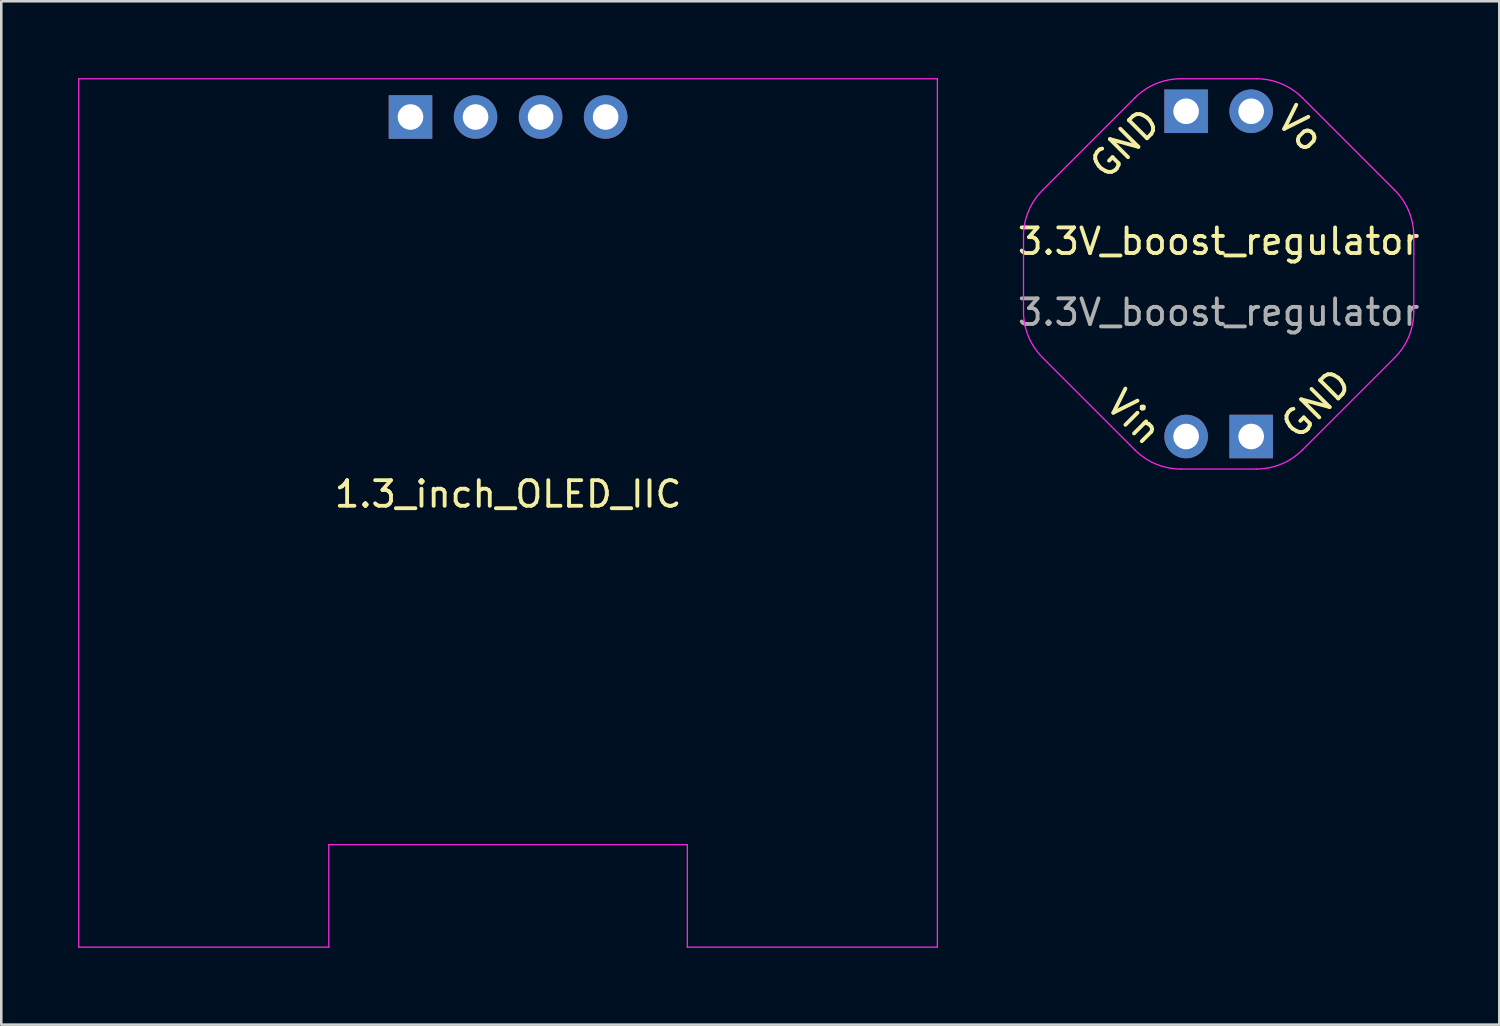
<source format=kicad_pcb>
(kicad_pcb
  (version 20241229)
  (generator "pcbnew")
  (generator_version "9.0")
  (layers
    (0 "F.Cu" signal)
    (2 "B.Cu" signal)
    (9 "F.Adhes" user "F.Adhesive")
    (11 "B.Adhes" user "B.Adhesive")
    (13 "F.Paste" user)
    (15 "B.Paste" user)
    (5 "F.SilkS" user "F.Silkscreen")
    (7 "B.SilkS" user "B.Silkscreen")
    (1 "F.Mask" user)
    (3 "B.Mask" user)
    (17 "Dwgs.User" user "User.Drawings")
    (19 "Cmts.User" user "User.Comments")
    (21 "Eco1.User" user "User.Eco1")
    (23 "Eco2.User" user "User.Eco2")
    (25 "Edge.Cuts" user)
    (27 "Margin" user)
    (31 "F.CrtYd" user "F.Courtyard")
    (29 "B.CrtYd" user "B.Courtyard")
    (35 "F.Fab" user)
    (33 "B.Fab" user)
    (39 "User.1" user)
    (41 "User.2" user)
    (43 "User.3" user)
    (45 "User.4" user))
  (footprint "3.3V_boost_regulator"
    (layer "F.Cu")
    (at 44.536 7.645)
    (property "Reference" "3.3V_boost_regulator" (at 0 -1.27 0) (unlocked yes) (layer "F.SilkS") (effects (font (size 1 1) (thickness 0.15))))
    (attr smd)
    (fp_line (start -7.62 -1.473) (end -7.62 1.473) (stroke (width 0.05) (type solid)) (layer "F.CrtYd"))
    (fp_line (start -6.876 3.269) (end -3.269 6.876) (stroke (width 0.05) (type solid)) (layer "F.CrtYd"))
    (fp_line (start -3.269 -6.876) (end -6.876 -3.269) (stroke (width 0.05) (type solid)) (layer "F.CrtYd"))
    (fp_line (start -1.473 7.62) (end 1.473 7.62) (stroke (width 0.05) (type solid)) (layer "F.CrtYd"))
    (fp_line (start 1.473 -7.62) (end -1.473 -7.62) (stroke (width 0.05) (type solid)) (layer "F.CrtYd"))
    (fp_line (start 3.269 6.876) (end 6.876 3.269) (stroke (width 0.05) (type solid)) (layer "F.CrtYd"))
    (fp_line (start 6.876 -3.269) (end 3.269 -6.876) (stroke (width 0.05) (type solid)) (layer "F.CrtYd"))
    (fp_line (start 7.62 1.473) (end 7.62 -1.473) (stroke (width 0.05) (type solid)) (layer "F.CrtYd"))
    (fp_arc (start -7.62 -1.4732) (mid -7.426654 -2.445216) (end -6.876051 -3.269251) (stroke (width 0.05) (type solid)) (layer "F.CrtYd"))
    (fp_arc (start -6.876051 3.269251) (mid -7.426653 2.445216) (end -7.62 1.4732) (stroke (width 0.05) (type solid)) (layer "F.CrtYd"))
    (fp_arc (start -3.269251 -6.876051) (mid -2.445216 -7.426653) (end -1.4732 -7.62) (stroke (width 0.05) (type solid)) (layer "F.CrtYd"))
    (fp_arc (start -1.4732 7.62) (mid -2.445216 7.426654) (end -3.269251 6.876051) (stroke (width 0.05) (type solid)) (layer "F.CrtYd"))
    (fp_arc (start 1.4732 -7.62) (mid 2.445216 -7.426654) (end 3.269251 -6.876051) (stroke (width 0.05) (type solid)) (layer "F.CrtYd"))
    (fp_arc (start 3.269251 6.876051) (mid 2.445216 7.426653) (end 1.4732 7.62) (stroke (width 0.05) (type solid)) (layer "F.CrtYd"))
    (fp_arc (start 6.876051 -3.269251) (mid 7.426653 -2.445216) (end 7.62 -1.4732) (stroke (width 0.05) (type solid)) (layer "F.CrtYd"))
    (fp_arc (start 7.62 1.4732) (mid 7.426654 2.445216) (end 6.876051 3.269251) (stroke (width 0.05) (type solid)) (layer "F.CrtYd"))
    (fp_text user "GND" (at -3.658 -5.08 45) (unlocked yes) (layer "F.SilkS") (effects (font (size 1 1) (thickness 0.15))))
    (fp_text user "Vin" (at -3.302 5.588 315) (unlocked yes) (layer "F.SilkS") (effects (font (size 1 1) (thickness 0.15))))
    (fp_text user "Vo" (at 3.2 -5.664 315) (unlocked yes) (layer "F.SilkS") (effects (font (size 1 1) (thickness 0.15))))
    (fp_text user "GND" (at 3.81 5.08 45) (unlocked yes) (layer "F.SilkS") (effects (font (size 1 1) (thickness 0.15))))
    (fp_text user "${REFERENCE}" (at 0 1.5 0) (unlocked yes) (layer "F.Fab") (effects (font (size 1 1) (thickness 0.15))))
    (pad "1" thru_hole rect (at -1.27 -6.35 270) (size 1.7 1.7) (drill 1) (layers "*.Cu" "*.Mask"))
    (pad "1" thru_hole rect (at 1.27 6.35 90) (size 1.7 1.7) (drill 1) (layers "*.Cu" "*.Mask"))
    (pad "2" thru_hole oval (at -1.27 6.35 90) (size 1.7 1.7) (drill 1) (layers "*.Cu" "*.Mask"))
    (pad "3" thru_hole oval (at 1.27 -6.35 270) (size 1.7 1.7) (drill 1) (layers "*.Cu" "*.Mask")))
  (footprint "1.3_inch_OLED_IIC"
    (layer "F.Cu")
    (at 16.789 16.245)
    (property "Reference" "1.3_inch_OLED_IIC" (at 0 0 180) (layer "F.SilkS") (effects (font (size 1 1) (thickness 0.15))))
    (attr through_hole)
    (fp_line (start -16.764 -16.22) (end 16.764 -16.22) (stroke (width 0.05) (type solid)) (layer "F.CrtYd"))
    (fp_line (start -16.764 17.69) (end -16.764 -16.22) (stroke (width 0.05) (type solid)) (layer "F.CrtYd"))
    (fp_line (start -7 13.69) (end -7 17.69) (stroke (width 0.05) (type solid)) (layer "F.CrtYd"))
    (fp_line (start -7 13.69) (end 7 13.69) (stroke (width 0.05) (type solid)) (layer "F.CrtYd"))
    (fp_line (start -7 17.69) (end -16.764 17.69) (stroke (width 0.05) (type solid)) (layer "F.CrtYd"))
    (fp_line (start 7 13.69) (end 7 17.69) (stroke (width 0.05) (type solid)) (layer "F.CrtYd"))
    (fp_line (start 16.764 -16.22) (end 16.764 17.69) (stroke (width 0.05) (type solid)) (layer "F.CrtYd"))
    (fp_line (start 16.764 17.69) (end 7 17.69) (stroke (width 0.05) (type solid)) (layer "F.CrtYd"))
    (pad "1" thru_hole rect (at -3.81 -14.726 90) (size 1.7 1.7) (drill 1) (layers "*.Cu" "*.Mask"))
    (pad "2" thru_hole oval (at -1.27 -14.726 90) (size 1.7 1.7) (drill 1) (layers "*.Cu" "*.Mask"))
    (pad "3" thru_hole oval (at 1.27 -14.726 90) (size 1.7 1.7) (drill 1) (layers "*.Cu" "*.Mask"))
    (pad "4" thru_hole oval (at 3.81 -14.726 90) (size 1.7 1.7) (drill 1) (layers "*.Cu" "*.Mask")))
  (gr_rect
    (start -3 -3)
    (end 55.495 36.96)
    (stroke (width 0.1) (type default))
    (fill no)
    (layer "Edge.Cuts")))
</source>
